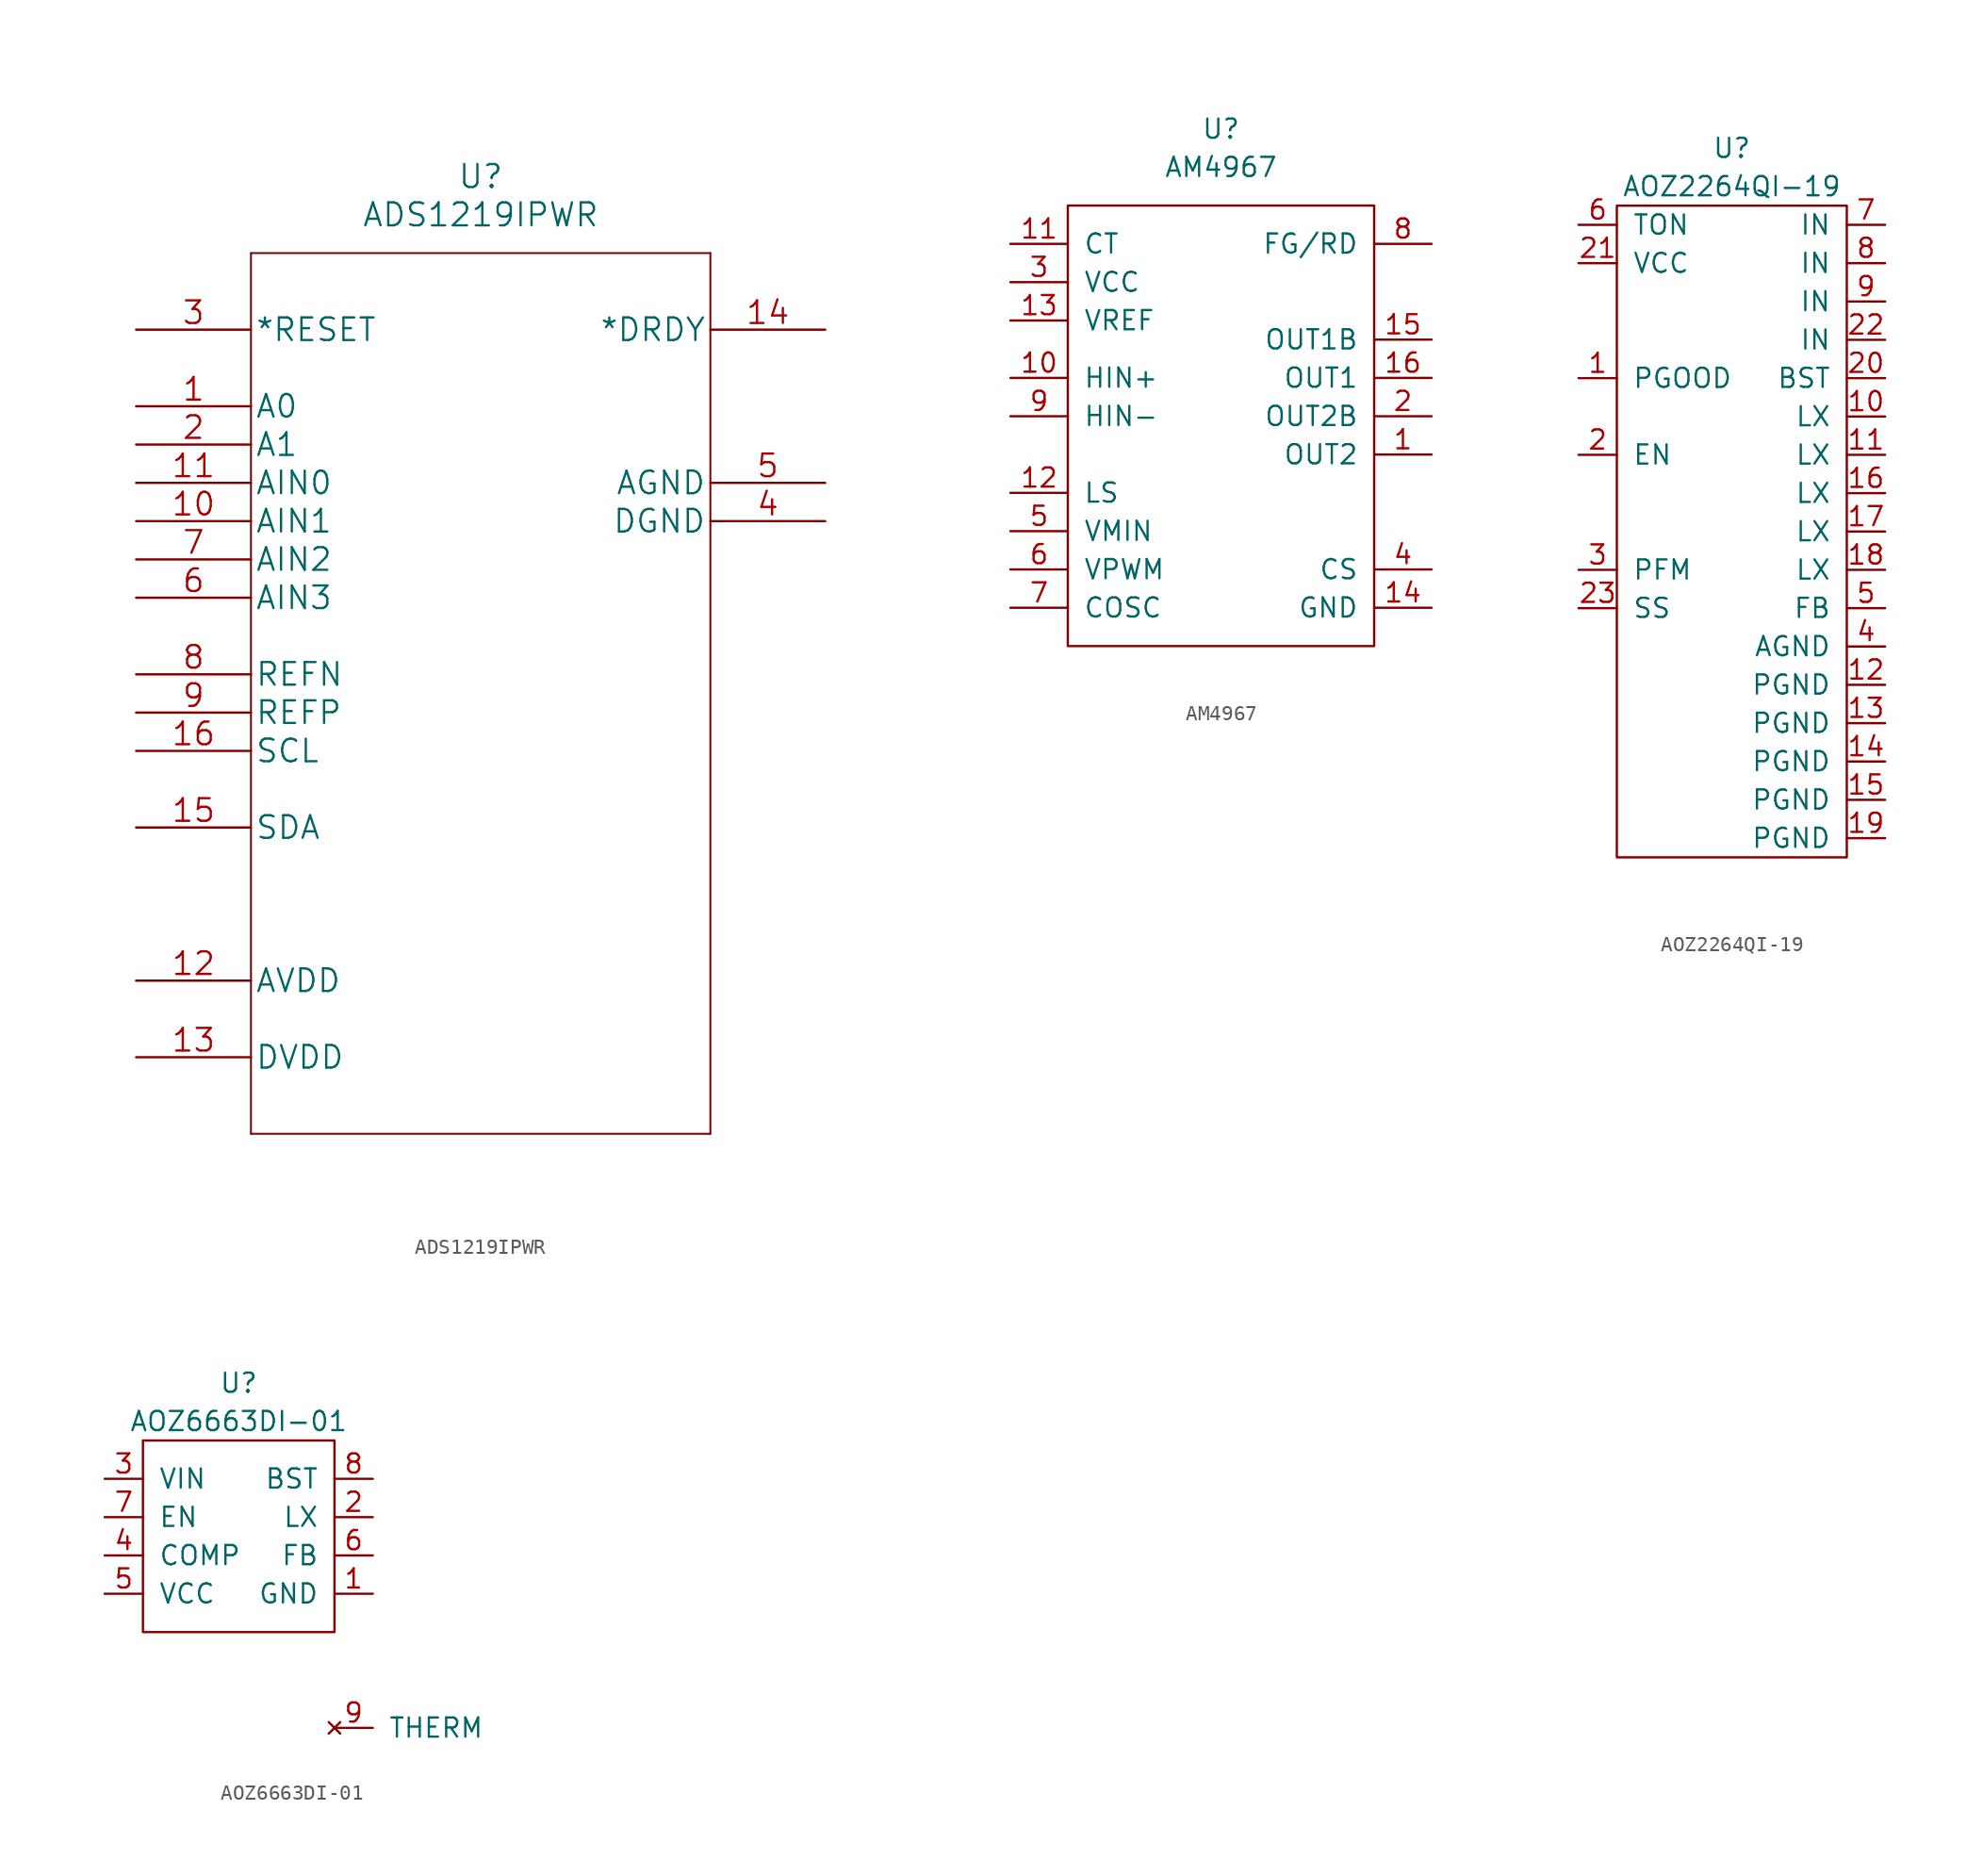
<source format=kicad_sym>
(kicad_symbol_lib
  (version 20211014)
  (generator kicad_symbol_editor)
  (symbol "ADS1219IPWR"
    (pin_names
      (offset 0.254))
    (property "Reference" "U"
      (at 22.86 10.16 0)
      (effects (font (size 1.524 1.524))))
    (property "Value" "ADS1219IPWR"
      (at 22.86 7.62 0)
      (effects (font (size 1.524 1.524))))
    (property "Datasheet" ""
      (at 0 0 0)
      (effects (font (size 1.524 1.524))))
    (property "ki_locked" ""
      (at 0 0 0)
      (effects (font (size 1.27 1.27))))
    (symbol "ADS1219IPWR_1_1"
      (polyline (pts (xy 7.62 -53.34) (xy 38.1 -53.34)) (stroke (width 0.127) (type default) (color 0 0 0 0)) (fill (type none)))
      (polyline (pts (xy 7.62 5.08) (xy 7.62 -53.34)) (stroke (width 0.127) (type default) (color 0 0 0 0)) (fill (type none)))
      (polyline (pts (xy 38.1 -53.34) (xy 38.1 5.08)) (stroke (width 0.127) (type default) (color 0 0 0 0)) (fill (type none)))
      (polyline (pts (xy 38.1 5.08) (xy 7.62 5.08)) (stroke (width 0.127) (type default) (color 0 0 0 0)) (fill (type none)))
      (pin input line (at 0 -5.08 0) (length 7.62) (name "A0" (effects (font (size 1.499 1.499)))) (number "1" (effects (font (size 1.499 1.499)))))
      (pin input line (at 0 -12.7 0) (length 7.62) (name "AIN1" (effects (font (size 1.499 1.499)))) (number "10" (effects (font (size 1.499 1.499)))))
      (pin input line (at 0 -10.16 0) (length 7.62) (name "AIN0" (effects (font (size 1.499 1.499)))) (number "11" (effects (font (size 1.499 1.499)))))
      (pin power_in line (at 0 -43.18 0) (length 7.62) (name "AVDD" (effects (font (size 1.499 1.499)))) (number "12" (effects (font (size 1.499 1.499)))))
      (pin power_in line (at 0 -48.26 0) (length 7.62) (name "DVDD" (effects (font (size 1.499 1.499)))) (number "13" (effects (font (size 1.499 1.499)))))
      (pin output line (at 45.72 0 180) (length 7.62) (name "*DRDY" (effects (font (size 1.499 1.499)))) (number "14" (effects (font (size 1.499 1.499)))))
      (pin bidirectional line (at 0 -33.02 0) (length 7.62) (name "SDA" (effects (font (size 1.499 1.499)))) (number "15" (effects (font (size 1.499 1.499)))))
      (pin input line (at 0 -27.94 0) (length 7.62) (name "SCL" (effects (font (size 1.499 1.499)))) (number "16" (effects (font (size 1.499 1.499)))))
      (pin input line (at 0 -7.62 0) (length 7.62) (name "A1" (effects (font (size 1.499 1.499)))) (number "2" (effects (font (size 1.499 1.499)))))
      (pin input line (at 0 0 0) (length 7.62) (name "*RESET" (effects (font (size 1.499 1.499)))) (number "3" (effects (font (size 1.499 1.499)))))
      (pin power_in line (at 45.72 -12.7 180) (length 7.62) (name "DGND" (effects (font (size 1.499 1.499)))) (number "4" (effects (font (size 1.499 1.499)))))
      (pin power_in line (at 45.72 -10.16 180) (length 7.62) (name "AGND" (effects (font (size 1.499 1.499)))) (number "5" (effects (font (size 1.499 1.499)))))
      (pin input line (at 0 -17.78 0) (length 7.62) (name "AIN3" (effects (font (size 1.499 1.499)))) (number "6" (effects (font (size 1.499 1.499)))))
      (pin input line (at 0 -15.24 0) (length 7.62) (name "AIN2" (effects (font (size 1.499 1.499)))) (number "7" (effects (font (size 1.499 1.499)))))
      (pin input line (at 0 -22.86 0) (length 7.62) (name "REFN" (effects (font (size 1.499 1.499)))) (number "8" (effects (font (size 1.499 1.499)))))
      (pin input line (at 0 -25.4 0) (length 7.62) (name "REFP" (effects (font (size 1.499 1.499)))) (number "9" (effects (font (size 1.499 1.499)))))))
  (symbol "AM4967"
    (pin_names
      (offset 1.016))
    (property "Reference" "U"
      (at 13.97 7.62 0)
      (effects (font (size 1.27 1.27))))
    (property "Value" "AM4967"
      (at 13.97 5.08 0)
      (effects (font (size 1.27 1.27))))
    (symbol "AM4967_0_1"
      (rectangle (start 3.81 2.54) (end 24.13 -26.67) (stroke (width 0) (type default) (color 0 0 0 0)) (fill (type none))))
    (symbol "AM4967_1_1"
      (pin bidirectional line (at 27.94 -13.97 180) (length 3.81) (name "OUT2" (effects (font (size 1.27 1.27)))) (number "1" (effects (font (size 1.27 1.27)))))
      (pin bidirectional line (at 0 -8.89 0) (length 3.81) (name "HIN+" (effects (font (size 1.27 1.27)))) (number "10" (effects (font (size 1.27 1.27)))))
      (pin bidirectional line (at 0 0 0) (length 3.81) (name "CT" (effects (font (size 1.27 1.27)))) (number "11" (effects (font (size 1.27 1.27)))))
      (pin bidirectional line (at 0 -16.51 0) (length 3.81) (name "LS" (effects (font (size 1.27 1.27)))) (number "12" (effects (font (size 1.27 1.27)))))
      (pin bidirectional line (at 0 -5.08 0) (length 3.81) (name "VREF" (effects (font (size 1.27 1.27)))) (number "13" (effects (font (size 1.27 1.27)))))
      (pin bidirectional line (at 27.94 -24.13 180) (length 3.81) (name "GND" (effects (font (size 1.27 1.27)))) (number "14" (effects (font (size 1.27 1.27)))))
      (pin bidirectional line (at 27.94 -6.35 180) (length 3.81) (name "OUT1B" (effects (font (size 1.27 1.27)))) (number "15" (effects (font (size 1.27 1.27)))))
      (pin bidirectional line (at 27.94 -8.89 180) (length 3.81) (name "OUT1" (effects (font (size 1.27 1.27)))) (number "16" (effects (font (size 1.27 1.27)))))
      (pin bidirectional line (at 27.94 -11.43 180) (length 3.81) (name "OUT2B" (effects (font (size 1.27 1.27)))) (number "2" (effects (font (size 1.27 1.27)))))
      (pin bidirectional line (at 0 -2.54 0) (length 3.81) (name "VCC" (effects (font (size 1.27 1.27)))) (number "3" (effects (font (size 1.27 1.27)))))
      (pin bidirectional line (at 27.94 -21.59 180) (length 3.81) (name "CS" (effects (font (size 1.27 1.27)))) (number "4" (effects (font (size 1.27 1.27)))))
      (pin bidirectional line (at 0 -19.05 0) (length 3.81) (name "VMIN" (effects (font (size 1.27 1.27)))) (number "5" (effects (font (size 1.27 1.27)))))
      (pin bidirectional line (at 0 -21.59 0) (length 3.81) (name "VPWM" (effects (font (size 1.27 1.27)))) (number "6" (effects (font (size 1.27 1.27)))))
      (pin bidirectional line (at 0 -24.13 0) (length 3.81) (name "COSC" (effects (font (size 1.27 1.27)))) (number "7" (effects (font (size 1.27 1.27)))))
      (pin bidirectional line (at 27.94 0 180) (length 3.81) (name "FG/RD" (effects (font (size 1.27 1.27)))) (number "8" (effects (font (size 1.27 1.27)))))
      (pin bidirectional line (at 0 -11.43 0) (length 3.81) (name "HIN-" (effects (font (size 1.27 1.27)))) (number "9" (effects (font (size 1.27 1.27)))))))
  (symbol "AOZ2264QI-19"
    (pin_names
      (offset 1.016))
    (property "Reference" "U"
      (at 0 2.54 0)
      (effects (font (size 1.27 1.27))))
    (property "Value" "AOZ2264QI-19"
      (at 0 0 0)
      (effects (font (size 1.27 1.27))))
    (symbol "AOZ2264QI-19_0_1"
      (rectangle (start -7.62 -1.27) (end 7.62 -44.45) (stroke (width 0) (type default) (color 0 0 0 0)) (fill (type none))))
    (symbol "AOZ2264QI-19_1_1"
      (pin output line (at -10.16 -12.7 0) (length 2.54) (name "PGOOD" (effects (font (size 1.27 1.27)))) (number "1" (effects (font (size 1.27 1.27)))))
      (pin power_out line (at 10.16 -15.24 180) (length 2.54) (name "LX" (effects (font (size 1.27 1.27)))) (number "10" (effects (font (size 1.27 1.27)))))
      (pin power_out line (at 10.16 -17.78 180) (length 2.54) (name "LX" (effects (font (size 1.27 1.27)))) (number "11" (effects (font (size 1.27 1.27)))))
      (pin power_in line (at 10.16 -33.02 180) (length 2.54) (name "PGND" (effects (font (size 1.27 1.27)))) (number "12" (effects (font (size 1.27 1.27)))))
      (pin power_in line (at 10.16 -35.56 180) (length 2.54) (name "PGND" (effects (font (size 1.27 1.27)))) (number "13" (effects (font (size 1.27 1.27)))))
      (pin power_in line (at 10.16 -38.1 180) (length 2.54) (name "PGND" (effects (font (size 1.27 1.27)))) (number "14" (effects (font (size 1.27 1.27)))))
      (pin power_in line (at 10.16 -40.64 180) (length 2.54) (name "PGND" (effects (font (size 1.27 1.27)))) (number "15" (effects (font (size 1.27 1.27)))))
      (pin power_out line (at 10.16 -20.32 180) (length 2.54) (name "LX" (effects (font (size 1.27 1.27)))) (number "16" (effects (font (size 1.27 1.27)))))
      (pin power_out line (at 10.16 -22.86 180) (length 2.54) (name "LX" (effects (font (size 1.27 1.27)))) (number "17" (effects (font (size 1.27 1.27)))))
      (pin power_out line (at 10.16 -25.4 180) (length 2.54) (name "LX" (effects (font (size 1.27 1.27)))) (number "18" (effects (font (size 1.27 1.27)))))
      (pin power_in line (at 10.16 -43.18 180) (length 2.54) (name "PGND" (effects (font (size 1.27 1.27)))) (number "19" (effects (font (size 1.27 1.27)))))
      (pin input line (at -10.16 -17.78 0) (length 2.54) (name "EN" (effects (font (size 1.27 1.27)))) (number "2" (effects (font (size 1.27 1.27)))))
      (pin input line (at 10.16 -12.7 180) (length 2.54) (name "BST" (effects (font (size 1.27 1.27)))) (number "20" (effects (font (size 1.27 1.27)))))
      (pin power_in line (at -10.16 -5.08 0) (length 2.54) (name "VCC" (effects (font (size 1.27 1.27)))) (number "21" (effects (font (size 1.27 1.27)))))
      (pin power_in line (at 10.16 -10.16 180) (length 2.54) (name "IN" (effects (font (size 1.27 1.27)))) (number "22" (effects (font (size 1.27 1.27)))))
      (pin unspecified line (at -10.16 -27.94 0) (length 2.54) (name "SS" (effects (font (size 1.27 1.27)))) (number "23" (effects (font (size 1.27 1.27)))))
      (pin unspecified line (at -10.16 -25.4 0) (length 2.54) (name "PFM" (effects (font (size 1.27 1.27)))) (number "3" (effects (font (size 1.27 1.27)))))
      (pin power_in line (at 10.16 -30.48 180) (length 2.54) (name "AGND" (effects (font (size 1.27 1.27)))) (number "4" (effects (font (size 1.27 1.27)))))
      (pin input line (at 10.16 -27.94 180) (length 2.54) (name "FB" (effects (font (size 1.27 1.27)))) (number "5" (effects (font (size 1.27 1.27)))))
      (pin input line (at -10.16 -2.54 0) (length 2.54) (name "TON" (effects (font (size 1.27 1.27)))) (number "6" (effects (font (size 1.27 1.27)))))
      (pin power_in line (at 10.16 -2.54 180) (length 2.54) (name "IN" (effects (font (size 1.27 1.27)))) (number "7" (effects (font (size 1.27 1.27)))))
      (pin power_in line (at 10.16 -5.08 180) (length 2.54) (name "IN" (effects (font (size 1.27 1.27)))) (number "8" (effects (font (size 1.27 1.27)))))
      (pin power_in line (at 10.16 -7.62 180) (length 2.54) (name "IN" (effects (font (size 1.27 1.27)))) (number "9" (effects (font (size 1.27 1.27)))))))
  (symbol "AOZ6663DI-01"
    (pin_names
      (offset 1.016))
    (property "Reference" "U"
      (at 6.35 6.35 0)
      (effects (font (size 1.27 1.27))))
    (property "Value" "AOZ6663DI-01"
      (at 6.35 3.81 0)
      (effects (font (size 1.27 1.27))))
    (symbol "AOZ6663DI-01_0_1"
      (polyline (pts (xy 0 2.54) (xy 0 -10.16) (xy 12.7 -10.16) (xy 12.7 2.54) (xy 0 2.54)) (stroke (width 0) (type default) (color 0 0 0 0)) (fill (type none))))
    (symbol "AOZ6663DI-01_1_1"
      (pin power_in line (at 15.24 -7.62 180) (length 2.54) (name "GND" (effects (font (size 1.27 1.27)))) (number "1" (effects (font (size 1.27 1.27)))))
      (pin output line (at 15.24 -2.54 180) (length 2.54) (name "LX" (effects (font (size 1.27 1.27)))) (number "2" (effects (font (size 1.27 1.27)))))
      (pin power_in line (at -2.54 0 0) (length 2.54) (name "VIN" (effects (font (size 1.27 1.27)))) (number "3" (effects (font (size 1.27 1.27)))))
      (pin unspecified line (at -2.54 -5.08 0) (length 2.54) (name "COMP" (effects (font (size 1.27 1.27)))) (number "4" (effects (font (size 1.27 1.27)))))
      (pin power_in line (at -2.54 -7.62 0) (length 2.54) (name "VCC" (effects (font (size 1.27 1.27)))) (number "5" (effects (font (size 1.27 1.27)))))
      (pin input line (at 15.24 -5.08 180) (length 2.54) (name "FB" (effects (font (size 1.27 1.27)))) (number "6" (effects (font (size 1.27 1.27)))))
      (pin input line (at -2.54 -2.54 0) (length 2.54) (name "EN" (effects (font (size 1.27 1.27)))) (number "7" (effects (font (size 1.27 1.27)))))
      (pin input line (at 15.24 0 180) (length 2.54) (name "BST" (effects (font (size 1.27 1.27)))) (number "8" (effects (font (size 1.27 1.27)))))
      (pin no_connect line (at 12.7 -16.51 0) (length 2.54) (name "THERM" (effects (font (size 1.27 1.27)))) (number "9" (effects (font (size 1.27 1.27))))))))
</source>
